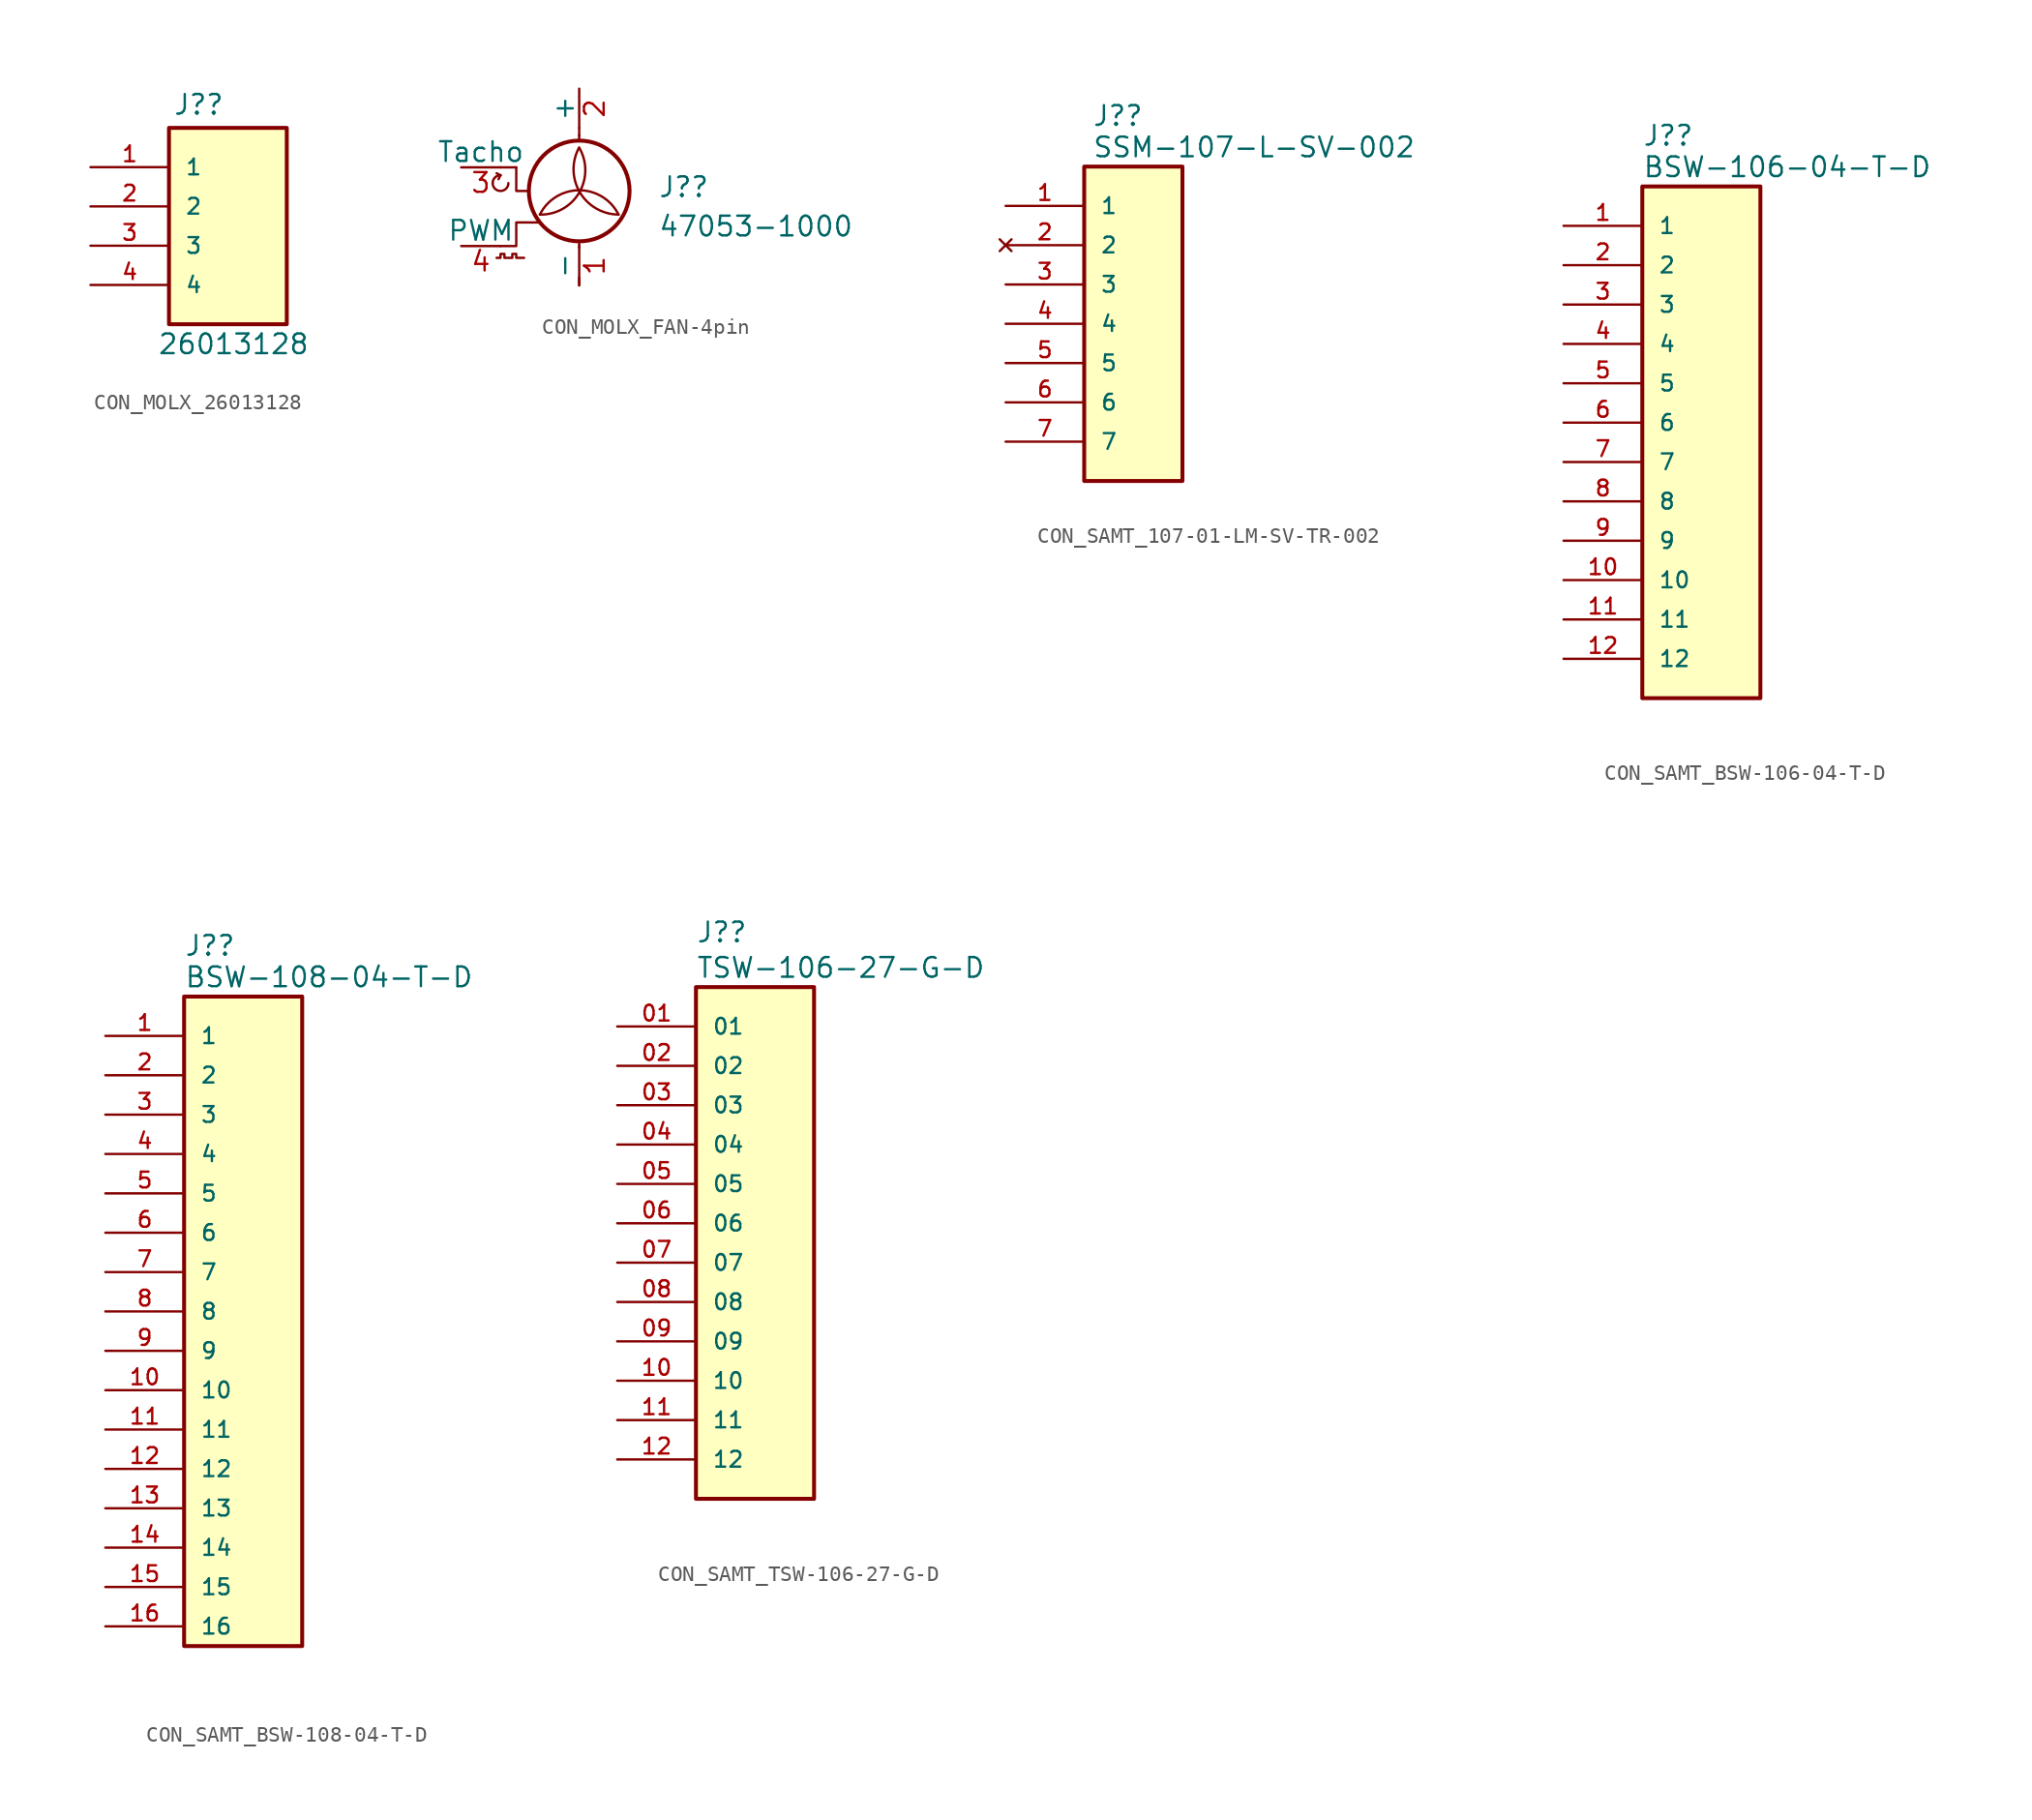
<source format=kicad_sym>
(kicad_symbol_lib
  (version 20231120)
  (generator "kicad_symbol_editor")
  (generator_version "8.0")
  (symbol "CON_MOLX_26013128"
    (pin_names
      (offset 1.016))
    (property "Reference" "J?"
      (at -3.556 7.112 0)
      (effects (font (size 1.27 1.27)) (justify left bottom)))
    (property "Value" "26013128"
      (at -4.572 -8.382 0)
      (effects (font (size 1.27 1.27)) (justify left bottom)))
    (symbol "CON_MOLX_26013128_0_0"
      (rectangle (start -3.81 -6.35) (end 3.81 6.35) (stroke (width 0.254) (type solid)) (fill (type background)))
      (pin passive line (at -8.89 1.27 0) (length 5.08) (name "2" (effects (font (size 1.016 1.016)))) (number "2" (effects (font (size 1.016 1.016)))))
      (pin passive line (at -8.89 -1.27 0) (length 5.08) (name "3" (effects (font (size 1.016 1.016)))) (number "3" (effects (font (size 1.016 1.016)))))
      (pin passive line (at -8.89 -3.81 0) (length 5.08) (name "4" (effects (font (size 1.016 1.016)))) (number "4" (effects (font (size 1.016 1.016))))))
    (symbol "CON_MOLX_26013128_1_0"
      (pin passive line (at -8.89 3.81 0) (length 5.08) (name "1" (effects (font (size 1.016 1.016)))) (number "1" (effects (font (size 1.016 1.016)))))))
  (symbol "CON_MOLX_FAN-4pin"
    (pin_names
      (offset 0))
    (property "Reference" "J?"
      (at 5.08 1.27 0)
      (effects (font (size 1.27 1.27)) (justify left)))
    (property "Value" "47053-1000"
      (at 5.08 -1.27 0)
      (effects (font (size 1.27 1.27)) (justify left)))
    (symbol "CON_MOLX_FAN-4pin_0_0"
      (arc (start -5.588 1.524) (mid -5.08 1.0182) (end -4.572 1.524) (stroke (width 0) (type default)) (fill (type none)))
      (arc (start -5.08 2.032) (mid -5.4392 1.8832) (end -5.588 1.524) (stroke (width 0) (type default)) (fill (type none)))
      (polyline (pts (xy -5.08 2.032) (xy -5.334 2.159)) (stroke (width 0) (type default)) (fill (type none)))
      (polyline (pts (xy -5.08 2.032) (xy -5.207 1.778)) (stroke (width 0) (type default)) (fill (type none)))
      (polyline (pts (xy -4.064 2.54) (xy -4.064 1.016) (xy -3.302 1.016)) (stroke (width 0) (type default)) (fill (type none))))
    (symbol "CON_MOLX_FAN-4pin_0_1"
      (arc (start -2.54 -0.508) (mid 0.0028 0.9121) (end 0 3.81) (stroke (width 0) (type default)) (fill (type none)))
      (polyline (pts (xy -4.064 2.54) (xy -5.08 2.54)) (stroke (width 0) (type default)) (fill (type none)))
      (polyline (pts (xy 0 -5.08) (xy 0 -4.572)) (stroke (width 0) (type default)) (fill (type none)))
      (polyline (pts (xy 0 -2.235) (xy 0 -2.642)) (stroke (width 0) (type default)) (fill (type none)))
      (polyline (pts (xy 0 4.267) (xy 0 4.623)) (stroke (width 0) (type default)) (fill (type none)))
      (polyline (pts (xy 0 4.572) (xy 0 5.08)) (stroke (width 0) (type default)) (fill (type none)))
      (polyline (pts (xy -2.54 -1.016) (xy -4.064 -1.016) (xy -4.064 -2.54) (xy -5.08 -2.54)) (stroke (width 0) (type default)) (fill (type none)))
      (polyline (pts (xy -5.334 -3.302) (xy -5.08 -3.302) (xy -5.08 -3.048) (xy -4.826 -3.048) (xy -4.826 -3.302) (xy -4.318 -3.302) (xy -4.318 -3.048) (xy -4.064 -3.048) (xy -4.064 -3.302) (xy -3.556 -3.302)) (stroke (width 0) (type default)) (fill (type none)))
      (circle (center 0 1.016) (radius 3.251) (stroke (width 0.254) (type default)) (fill (type none)))
      (arc (start 0 3.81) (mid 0.053 0.921) (end 2.54 -0.508) (stroke (width 0) (type default)) (fill (type none)))
      (arc (start 2.54 -0.508) (mid 0 1.0618) (end -2.54 -0.508) (stroke (width 0) (type default)) (fill (type none))))
    (symbol "CON_MOLX_FAN-4pin_1_1"
      (pin passive line (at 0 -5.08 90) (length 2.54) (name "-" (effects (font (size 1.27 1.27)))) (number "1" (effects (font (size 1.27 1.27)))))
      (pin passive line (at 0 7.62 270) (length 2.54) (name "+" (effects (font (size 1.27 1.27)))) (number "2" (effects (font (size 1.27 1.27)))))
      (pin passive line (at -7.62 2.54 0) (length 2.54) (name "Tacho" (effects (font (size 1.27 1.27)))) (number "3" (effects (font (size 1.27 1.27)))))
      (pin input line (at -7.62 -2.54 0) (length 2.54) (name "PWM" (effects (font (size 1.27 1.27)))) (number "4" (effects (font (size 1.27 1.27)))))))
  (symbol "CON_SAMT_107-01-LM-SV-TR-002"
    (pin_names
      (offset 1.016))
    (property "Reference" "J?"
      (at -3.302 12.7 0)
      (effects (font (size 1.27 1.27)) (justify left bottom)))
    (property "Value" " SSM-107-L-SV-002"
      (at -3.302 10.668 0)
      (effects (font (size 1.27 1.27)) (justify left bottom)))
    (symbol "CON_SAMT_107-01-LM-SV-TR-002_0_0"
      (rectangle (start -3.81 10.16) (end 2.54 -10.16) (stroke (width 0.254) (type default)) (fill (type background))))
    (symbol "CON_SAMT_107-01-LM-SV-TR-002_1_0"
      (pin passive line (at -8.89 7.62 0) (length 5.08) (name "1" (effects (font (size 1.016 1.016)))) (number "1" (effects (font (size 1.016 1.016)))))
      (pin no_connect line (at -8.89 5.08 0) (length 5.08) (name "2" (effects (font (size 1.016 1.016)))) (number "2" (effects (font (size 1.016 1.016)))))
      (pin passive line (at -8.89 2.54 0) (length 5.08) (name "3" (effects (font (size 1.016 1.016)))) (number "3" (effects (font (size 1.016 1.016)))))
      (pin passive line (at -8.89 0 0) (length 5.08) (name "4" (effects (font (size 1.016 1.016)))) (number "4" (effects (font (size 1.016 1.016)))))
      (pin passive line (at -8.89 -2.54 0) (length 5.08) (name "5" (effects (font (size 1.016 1.016)))) (number "5" (effects (font (size 1.016 1.016)))))
      (pin passive line (at -8.89 -5.08 0) (length 5.08) (name "6" (effects (font (size 1.016 1.016)))) (number "6" (effects (font (size 1.016 1.016)))))
      (pin passive line (at -8.89 -7.62 0) (length 5.08) (name "7" (effects (font (size 1.016 1.016)))) (number "7" (effects (font (size 1.016 1.016)))))))
  (symbol "CON_SAMT_BSW-106-04-T-D"
    (pin_names
      (offset 1.016))
    (property "Reference" "J?"
      (at -3.81 19.05 0)
      (effects (font (size 1.27 1.27)) (justify left bottom)))
    (property "Value" "BSW-106-04-T-D"
      (at -3.81 17.018 0)
      (effects (font (size 1.27 1.27)) (justify left bottom)))
    (symbol "CON_SAMT_BSW-106-04-T-D_0_0"
      (rectangle (start -3.81 16.51) (end 3.81 -16.51) (stroke (width 0.254) (type solid)) (fill (type background))))
    (symbol "CON_SAMT_BSW-106-04-T-D_1_0"
      (pin passive line (at -8.89 13.97 0) (length 5.08) (name "1" (effects (font (size 1.016 1.016)))) (number "1" (effects (font (size 1.016 1.016)))))
      (pin passive line (at -8.89 -8.89 0) (length 5.08) (name "10" (effects (font (size 1.016 1.016)))) (number "10" (effects (font (size 1.016 1.016)))))
      (pin passive line (at -8.89 -11.43 0) (length 5.08) (name "11" (effects (font (size 1.016 1.016)))) (number "11" (effects (font (size 1.016 1.016)))))
      (pin passive line (at -8.89 -13.97 0) (length 5.08) (name "12" (effects (font (size 1.016 1.016)))) (number "12" (effects (font (size 1.016 1.016)))))
      (pin passive line (at -8.89 11.43 0) (length 5.08) (name "2" (effects (font (size 1.016 1.016)))) (number "2" (effects (font (size 1.016 1.016)))))
      (pin passive line (at -8.89 8.89 0) (length 5.08) (name "3" (effects (font (size 1.016 1.016)))) (number "3" (effects (font (size 1.016 1.016)))))
      (pin passive line (at -8.89 6.35 0) (length 5.08) (name "4" (effects (font (size 1.016 1.016)))) (number "4" (effects (font (size 1.016 1.016)))))
      (pin passive line (at -8.89 3.81 0) (length 5.08) (name "5" (effects (font (size 1.016 1.016)))) (number "5" (effects (font (size 1.016 1.016)))))
      (pin passive line (at -8.89 1.27 0) (length 5.08) (name "6" (effects (font (size 1.016 1.016)))) (number "6" (effects (font (size 1.016 1.016)))))
      (pin passive line (at -8.89 -1.27 0) (length 5.08) (name "7" (effects (font (size 1.016 1.016)))) (number "7" (effects (font (size 1.016 1.016)))))
      (pin passive line (at -8.89 -3.81 0) (length 5.08) (name "8" (effects (font (size 1.016 1.016)))) (number "8" (effects (font (size 1.016 1.016)))))
      (pin passive line (at -8.89 -6.35 0) (length 5.08) (name "9" (effects (font (size 1.016 1.016)))) (number "9" (effects (font (size 1.016 1.016)))))))
  (symbol "CON_SAMT_BSW-108-04-T-D"
    (pin_names
      (offset 1.016))
    (property "Reference" "J?"
      (at -3.81 19.05 0)
      (effects (font (size 1.27 1.27)) (justify left bottom)))
    (property "Value" "BSW-108-04-T-D"
      (at -3.81 17.018 0)
      (effects (font (size 1.27 1.27)) (justify left bottom)))
    (symbol "CON_SAMT_BSW-108-04-T-D_0_0"
      (rectangle (start -3.81 16.51) (end 3.81 -25.4) (stroke (width 0.254) (type solid)) (fill (type background))))
    (symbol "CON_SAMT_BSW-108-04-T-D_1_0"
      (pin passive line (at -8.89 13.97 0) (length 5.08) (name "1" (effects (font (size 1.016 1.016)))) (number "1" (effects (font (size 1.016 1.016)))))
      (pin passive line (at -8.89 -8.89 0) (length 5.08) (name "10" (effects (font (size 1.016 1.016)))) (number "10" (effects (font (size 1.016 1.016)))))
      (pin passive line (at -8.89 -11.43 0) (length 5.08) (name "11" (effects (font (size 1.016 1.016)))) (number "11" (effects (font (size 1.016 1.016)))))
      (pin passive line (at -8.89 -13.97 0) (length 5.08) (name "12" (effects (font (size 1.016 1.016)))) (number "12" (effects (font (size 1.016 1.016)))))
      (pin passive line (at -8.89 -16.51 0) (length 5.08) (name "13" (effects (font (size 1.016 1.016)))) (number "13" (effects (font (size 1.016 1.016)))))
      (pin passive line (at -8.89 -19.05 0) (length 5.08) (name "14" (effects (font (size 1.016 1.016)))) (number "14" (effects (font (size 1.016 1.016)))))
      (pin passive line (at -8.89 -21.59 0) (length 5.08) (name "15" (effects (font (size 1.016 1.016)))) (number "15" (effects (font (size 1.016 1.016)))))
      (pin passive line (at -8.89 -24.13 0) (length 5.08) (name "16" (effects (font (size 1.016 1.016)))) (number "16" (effects (font (size 1.016 1.016)))))
      (pin passive line (at -8.89 11.43 0) (length 5.08) (name "2" (effects (font (size 1.016 1.016)))) (number "2" (effects (font (size 1.016 1.016)))))
      (pin passive line (at -8.89 8.89 0) (length 5.08) (name "3" (effects (font (size 1.016 1.016)))) (number "3" (effects (font (size 1.016 1.016)))))
      (pin passive line (at -8.89 6.35 0) (length 5.08) (name "4" (effects (font (size 1.016 1.016)))) (number "4" (effects (font (size 1.016 1.016)))))
      (pin passive line (at -8.89 3.81 0) (length 5.08) (name "5" (effects (font (size 1.016 1.016)))) (number "5" (effects (font (size 1.016 1.016)))))
      (pin passive line (at -8.89 1.27 0) (length 5.08) (name "6" (effects (font (size 1.016 1.016)))) (number "6" (effects (font (size 1.016 1.016)))))
      (pin passive line (at -8.89 -1.27 0) (length 5.08) (name "7" (effects (font (size 1.016 1.016)))) (number "7" (effects (font (size 1.016 1.016)))))
      (pin passive line (at -8.89 -3.81 0) (length 5.08) (name "8" (effects (font (size 1.016 1.016)))) (number "8" (effects (font (size 1.016 1.016)))))
      (pin passive line (at -8.89 -6.35 0) (length 5.08) (name "9" (effects (font (size 1.016 1.016)))) (number "9" (effects (font (size 1.016 1.016)))))))
  (symbol "CON_SAMT_TSW-106-27-G-D"
    (pin_names
      (offset 1.016))
    (property "Reference" "J?"
      (at -3.81 19.304 0)
      (effects (font (size 1.27 1.27)) (justify left bottom)))
    (property "Value" "TSW-106-27-G-D"
      (at -3.81 17.018 0)
      (effects (font (size 1.27 1.27)) (justify left bottom)))
    (symbol "CON_SAMT_TSW-106-27-G-D_0_0"
      (rectangle (start -3.81 16.51) (end 3.81 -16.51) (stroke (width 0.254) (type solid)) (fill (type background)))
      (pin passive line (at -8.89 13.97 0) (length 5.08) (name "01" (effects (font (size 1.016 1.016)))) (number "01" (effects (font (size 1.016 1.016)))))
      (pin passive line (at -8.89 11.43 0) (length 5.08) (name "02" (effects (font (size 1.016 1.016)))) (number "02" (effects (font (size 1.016 1.016)))))
      (pin passive line (at -8.89 8.89 0) (length 5.08) (name "03" (effects (font (size 1.016 1.016)))) (number "03" (effects (font (size 1.016 1.016)))))
      (pin passive line (at -8.89 6.35 0) (length 5.08) (name "04" (effects (font (size 1.016 1.016)))) (number "04" (effects (font (size 1.016 1.016)))))
      (pin passive line (at -8.89 3.81 0) (length 5.08) (name "05" (effects (font (size 1.016 1.016)))) (number "05" (effects (font (size 1.016 1.016)))))
      (pin passive line (at -8.89 1.27 0) (length 5.08) (name "06" (effects (font (size 1.016 1.016)))) (number "06" (effects (font (size 1.016 1.016)))))
      (pin passive line (at -8.89 -1.27 0) (length 5.08) (name "07" (effects (font (size 1.016 1.016)))) (number "07" (effects (font (size 1.016 1.016)))))
      (pin passive line (at -8.89 -3.81 0) (length 5.08) (name "08" (effects (font (size 1.016 1.016)))) (number "08" (effects (font (size 1.016 1.016)))))
      (pin passive line (at -8.89 -6.35 0) (length 5.08) (name "09" (effects (font (size 1.016 1.016)))) (number "09" (effects (font (size 1.016 1.016)))))
      (pin passive line (at -8.89 -8.89 0) (length 5.08) (name "10" (effects (font (size 1.016 1.016)))) (number "10" (effects (font (size 1.016 1.016)))))
      (pin passive line (at -8.89 -11.43 0) (length 5.08) (name "11" (effects (font (size 1.016 1.016)))) (number "11" (effects (font (size 1.016 1.016)))))
      (pin passive line (at -8.89 -13.97 0) (length 5.08) (name "12" (effects (font (size 1.016 1.016)))) (number "12" (effects (font (size 1.016 1.016))))))))
</source>
